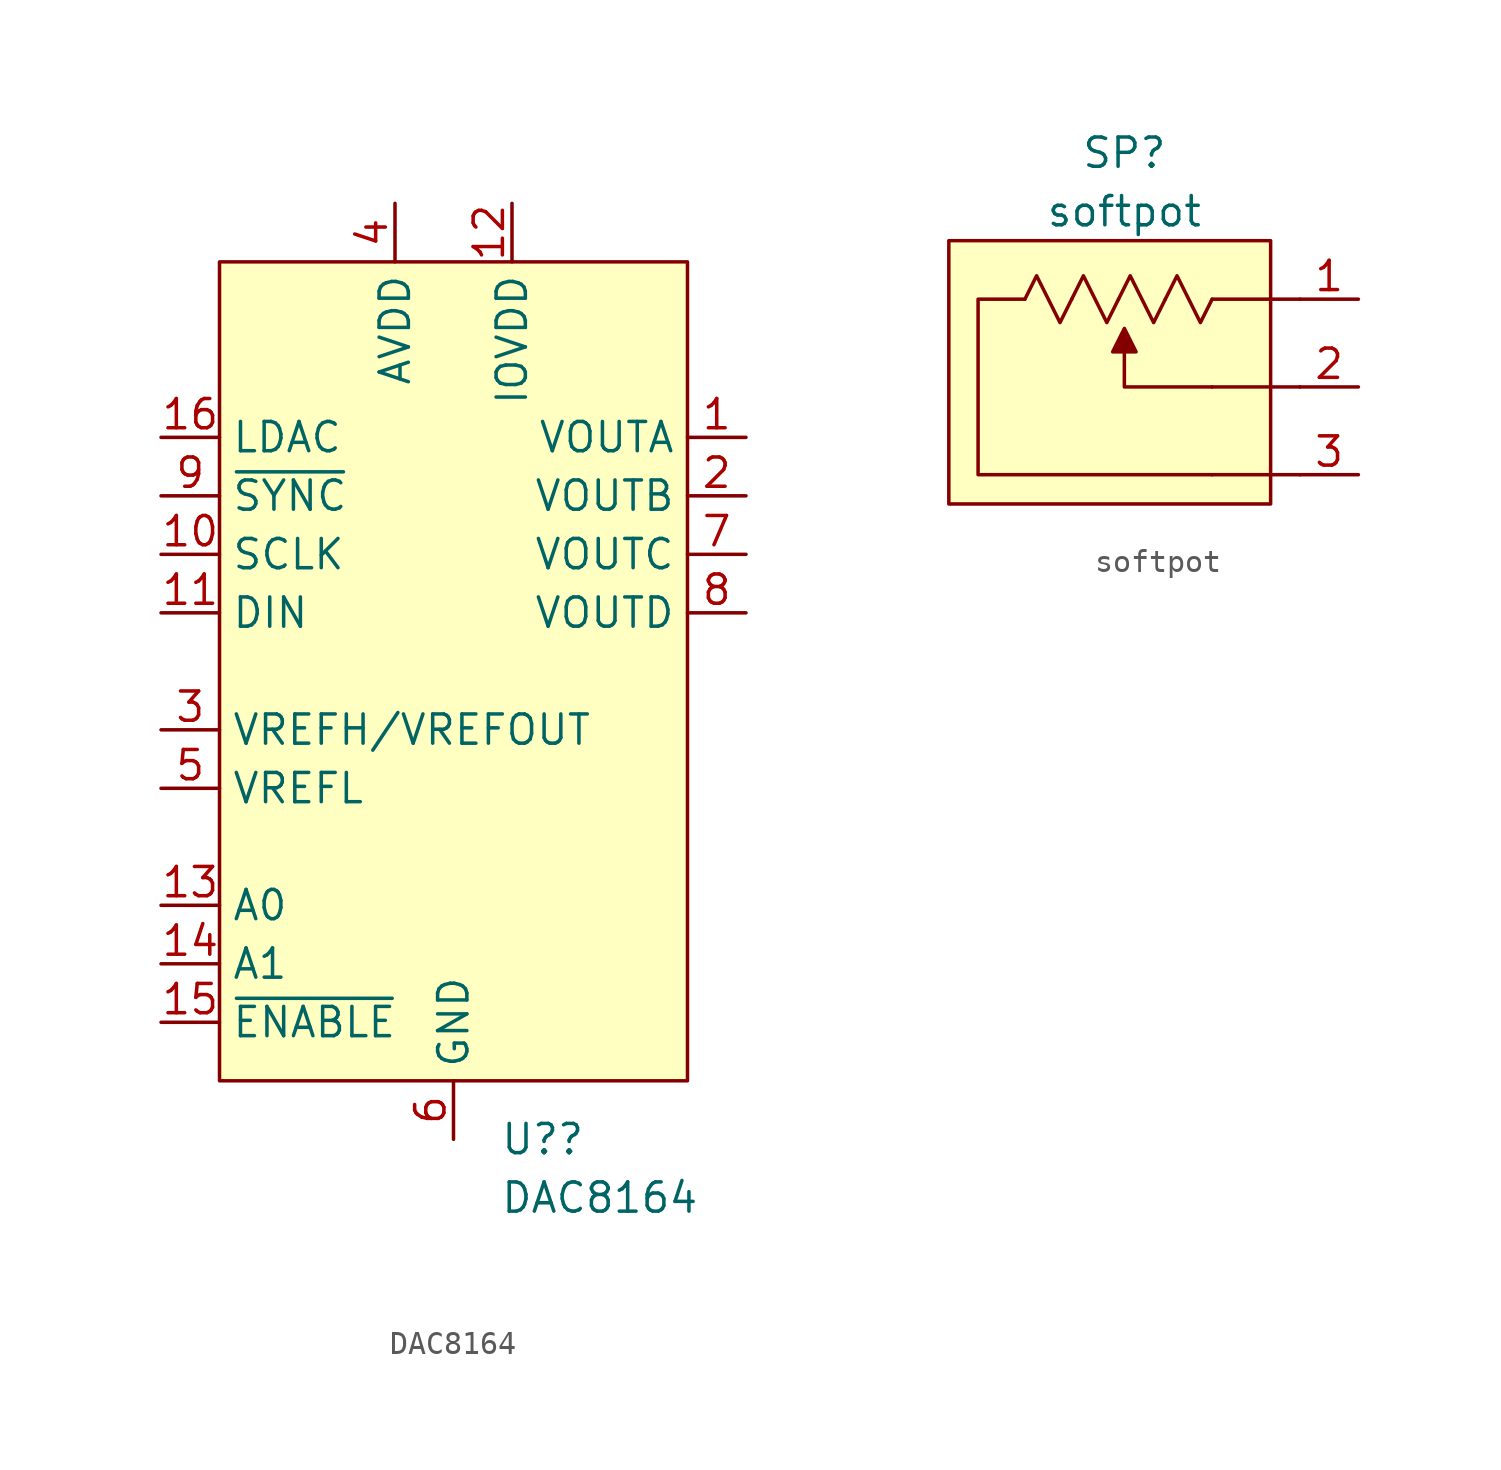
<source format=kicad_sym>
(kicad_symbol_lib
  (version 20211014)
  (generator kicad_symbol_editor)
  (symbol "DAC8164"
    (property "Reference" "U?"
      (at 2.019 -17.78 0)
      (effects (font (size 1.27 1.27)) (justify left)))
    (property "Value" "DAC8164"
      (at 2.019 -20.32 0)
      (effects (font (size 1.27 1.27)) (justify left)))
    (symbol "DAC8164_0_0"
      (pin output line (at 12.7 12.7 180) (length 2.54) (name "VOUTA" (effects (font (size 1.27 1.27)))) (number "1" (effects (font (size 1.27 1.27)))))
      (pin input line (at -12.7 7.62 0) (length 2.54) (name "SCLK" (effects (font (size 1.27 1.27)))) (number "10" (effects (font (size 1.27 1.27)))))
      (pin input line (at -12.7 5.08 0) (length 2.54) (name "DIN" (effects (font (size 1.27 1.27)))) (number "11" (effects (font (size 1.27 1.27)))))
      (pin power_in line (at 2.54 22.86 270) (length 2.54) (name "IOVDD" (effects (font (size 1.27 1.27)))) (number "12" (effects (font (size 1.27 1.27)))))
      (pin input line (at -12.7 -7.62 0) (length 2.54) (name "A0" (effects (font (size 1.27 1.27)))) (number "13" (effects (font (size 1.27 1.27)))))
      (pin input line (at -12.7 -10.16 0) (length 2.54) (name "A1" (effects (font (size 1.27 1.27)))) (number "14" (effects (font (size 1.27 1.27)))))
      (pin input line (at -12.7 -12.7 0) (length 2.54) (name "~{ENABLE}" (effects (font (size 1.27 1.27)))) (number "15" (effects (font (size 1.27 1.27)))))
      (pin input line (at -12.7 12.7 0) (length 2.54) (name "LDAC" (effects (font (size 1.27 1.27)))) (number "16" (effects (font (size 1.27 1.27)))))
      (pin output line (at 12.7 10.16 180) (length 2.54) (name "VOUTB" (effects (font (size 1.27 1.27)))) (number "2" (effects (font (size 1.27 1.27)))))
      (pin bidirectional line (at -12.7 0 0) (length 2.54) (name "VREFH/VREFOUT" (effects (font (size 1.27 1.27)))) (number "3" (effects (font (size 1.27 1.27)))))
      (pin power_in line (at -2.54 22.86 270) (length 2.54) (name "AVDD" (effects (font (size 1.27 1.27)))) (number "4" (effects (font (size 1.27 1.27)))))
      (pin input line (at -12.7 -2.54 0) (length 2.54) (name "VREFL" (effects (font (size 1.27 1.27)))) (number "5" (effects (font (size 1.27 1.27)))))
      (pin power_in line (at 0 -17.78 90) (length 2.54) (name "GND" (effects (font (size 1.27 1.27)))) (number "6" (effects (font (size 1.27 1.27)))))
      (pin output line (at 12.7 7.62 180) (length 2.54) (name "VOUTC" (effects (font (size 1.27 1.27)))) (number "7" (effects (font (size 1.27 1.27)))))
      (pin output line (at 12.7 5.08 180) (length 2.54) (name "VOUTD" (effects (font (size 1.27 1.27)))) (number "8" (effects (font (size 1.27 1.27)))))
      (pin input line (at -12.7 10.16 0) (length 2.54) (name "~{SYNC}" (effects (font (size 1.27 1.27)))) (number "9" (effects (font (size 1.27 1.27))))))
    (symbol "DAC8164_0_1"
      (rectangle (start -10.16 20.32) (end 10.16 -15.24) (stroke (width 0.152) (type default) (color 0 0 0 0)) (fill (type background)))))
  (symbol "softpot"
    (property "Reference" "SP"
      (at 0 10.16 0)
      (effects (font (size 1.27 1.27))))
    (property "Value" "softpot"
      (at 0 7.62 0)
      (effects (font (size 1.27 1.27))))
    (symbol "softpot_0_1"
      (polyline (pts (xy 3.81 -3.81) (xy 7.62 -3.81)) (stroke (width 0) (type default) (color 0 0 0 0)) (fill (type none)))
      (polyline (pts (xy 3.81 3.81) (xy 7.62 3.81)) (stroke (width 0) (type default) (color 0 0 0 0)) (fill (type none)))
      (polyline (pts (xy 7.62 0) (xy 3.81 0)) (stroke (width 0) (type default) (color 0 0 0 0)) (fill (type none)))
      (polyline (pts (xy 3.81 0) (xy 0 0) (xy 0 1.524)) (stroke (width 0) (type default) (color 0 0 0 0)) (fill (type none)))
      (polyline (pts (xy -4.318 3.81) (xy -6.35 3.81) (xy -6.35 -3.81) (xy 3.81 -3.81)) (stroke (width 0) (type default) (color 0 0 0 0)) (fill (type none)))
      (polyline (pts (xy -2.286 3.81) (xy -2.794 2.794) (xy -3.81 4.826) (xy -4.318 3.81)) (stroke (width 0) (type default) (color 0 0 0 0)) (fill (type none)))
      (polyline (pts (xy -0.254 3.81) (xy -0.762 2.794) (xy -1.778 4.826) (xy -2.286 3.81)) (stroke (width 0) (type default) (color 0 0 0 0)) (fill (type none)))
      (polyline (pts (xy 0 2.54) (xy 0.508 1.524) (xy -0.508 1.524) (xy 0 2.54)) (stroke (width 0) (type default) (color 0 0 0 0)) (fill (type outline)))
      (polyline (pts (xy 1.778 3.81) (xy 1.27 2.794) (xy 0.254 4.826) (xy -0.254 3.81)) (stroke (width 0) (type default) (color 0 0 0 0)) (fill (type none)))
      (polyline (pts (xy 3.81 3.81) (xy 3.302 2.794) (xy 2.286 4.826) (xy 1.778 3.81)) (stroke (width 0) (type default) (color 0 0 0 0)) (fill (type none)))
      (rectangle (start 6.35 -5.08) (end -7.62 6.35) (stroke (width 0) (type default) (color 0 0 0 0)) (fill (type background))))
    (symbol "softpot_1_1"
      (pin passive line (at 10.16 3.81 180) (length 2.54) (name "" (effects (font (size 1.27 1.27)))) (number "1" (effects (font (size 1.27 1.27)))))
      (pin passive line (at 10.16 0 180) (length 2.54) (name "" (effects (font (size 1.27 1.27)))) (number "2" (effects (font (size 1.27 1.27)))))
      (pin passive line (at 10.16 -3.81 180) (length 2.54) (name "" (effects (font (size 1.27 1.27)))) (number "3" (effects (font (size 1.27 1.27))))))))
</source>
